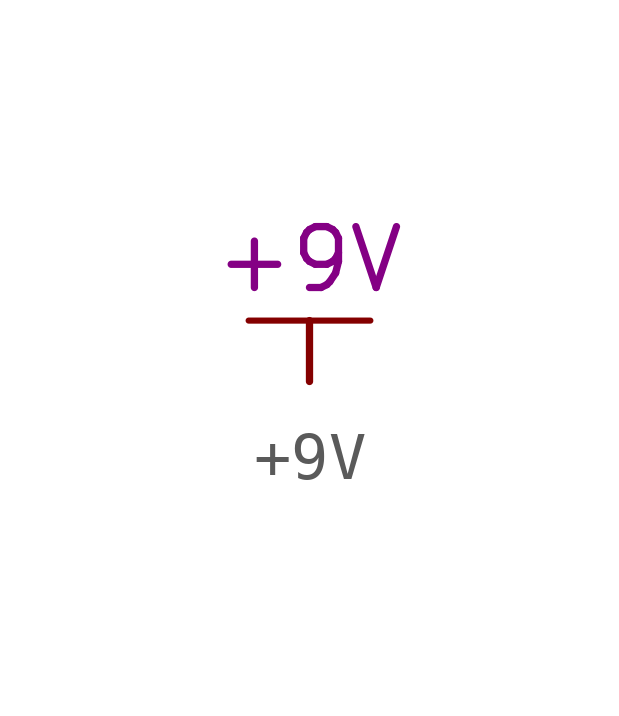
<source format=kicad_sym>
(kicad_symbol_lib
  (version 20211014)
  (generator kicad_symbol_editor)
  (symbol "+9V"
    (power)
    (pin_numbers hide)
    (pin_names
      (offset 0) hide)
    (property "Reference" "#PWR"
      (at 5.08 1.27 0)
      (effects (font (size 1.27 1.27)) hide))
    (property "PartValue" "+9V"
      (at 0 2.54 0)
      (effects (font (size 1.27 1.27))))
    (symbol "+9V_0_1"
      (polyline (pts (xy -1.27 1.27) (xy 1.27 1.27)) (stroke (width 0.127) (type default) (color 0 0 0 0)) (fill (type none))))
    (symbol "+9V_1_1"
      (pin power_in line (at 0 0 90) (length 1.27) (name "+9V" (effects (font (size 1.27 1.27)))) (number "1" (effects (font (size 1.27 1.27))))))))
</source>
